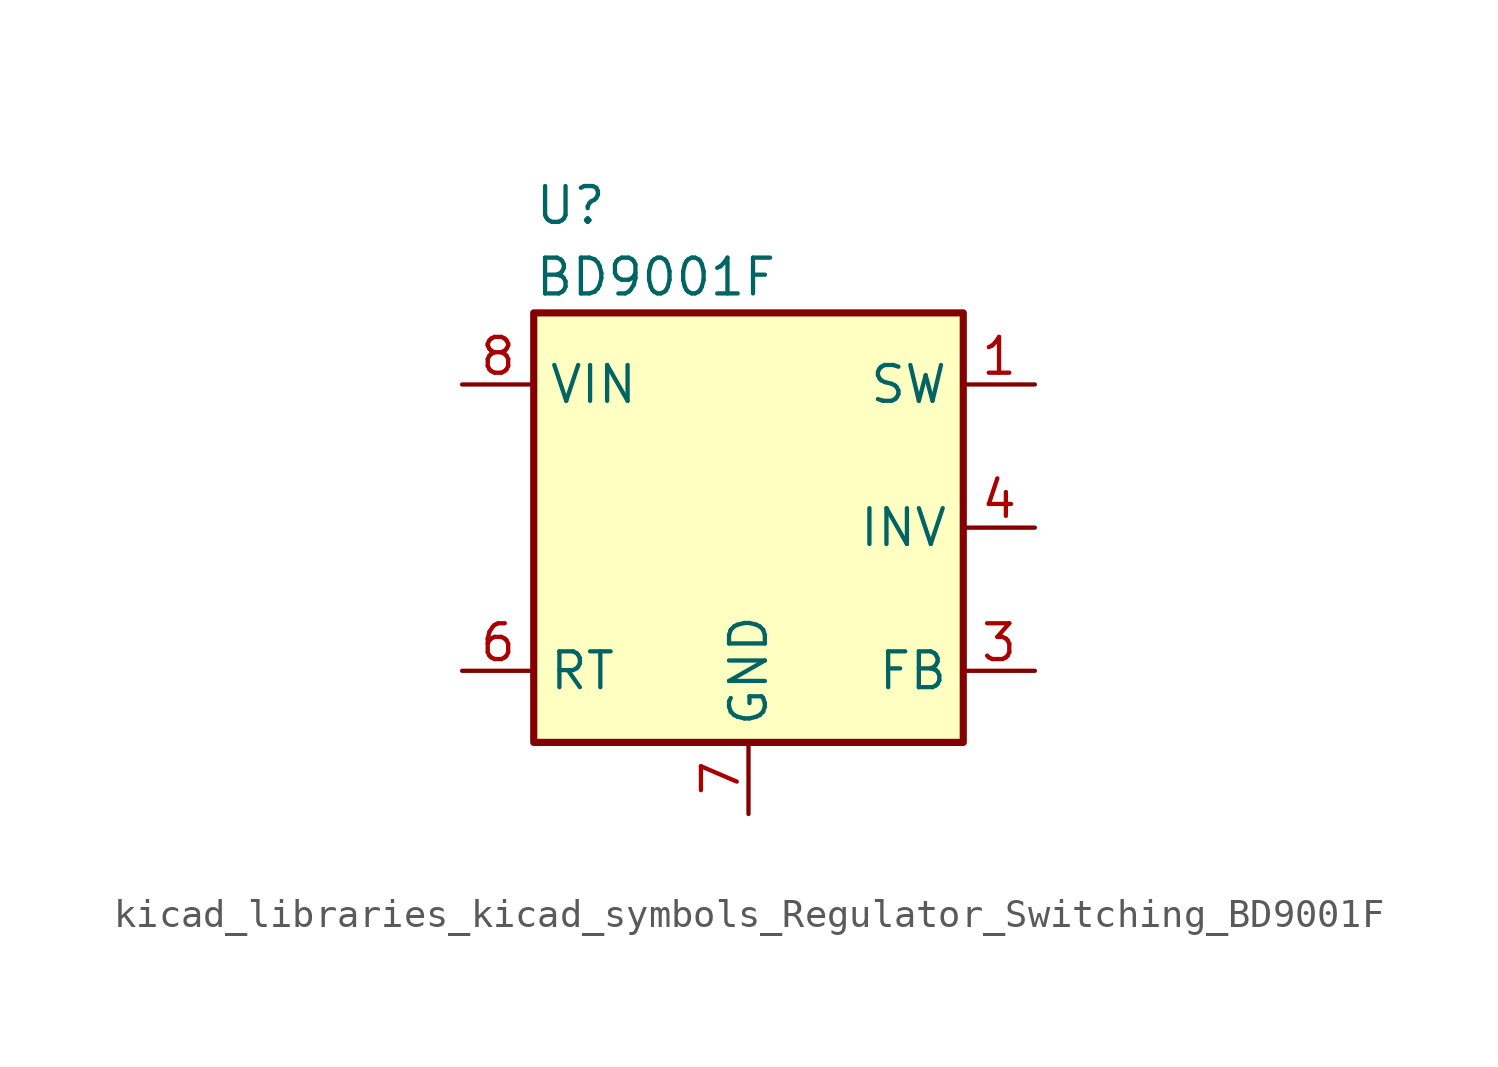
<source format=kicad_sym>
(kicad_symbol_lib
  (version 20220914)
  (generator kicad_symbol_editor)
  (symbol "kicad_libraries_kicad_symbols_Regulator_Switching_BD9001F"
    (property "Reference" "U"
      (at -7.62 11.43 0)
      (effects (font (size 1.27 1.27)) (justify left)))
    (property "Value" "BD9001F"
      (at -7.62 8.89 0)
      (effects (font (size 1.27 1.27)) (justify left)))
    (symbol "kicad_libraries_kicad_symbols_Regulator_Switching_BD9001F_0_1"
      (rectangle (start -7.62 7.62) (end 7.62 -7.62) (stroke (width 0.254) (type default)) (fill (type background))))
    (symbol "kicad_libraries_kicad_symbols_Regulator_Switching_BD9001F_1_1"
      (pin output line (at 10.16 5.08 180) (length 2.54) (name "SW" (effects (font (size 1.27 1.27)))) (number "1" (effects (font (size 1.27 1.27)))))
      (pin no_connect line (at -7.62 0 0) (length 2.54) hide (name "NC" (effects (font (size 1.27 1.27)))) (number "2" (effects (font (size 1.27 1.27)))))
      (pin passive line (at 10.16 -5.08 180) (length 2.54) (name "FB" (effects (font (size 1.27 1.27)))) (number "3" (effects (font (size 1.27 1.27)))))
      (pin input line (at 10.16 0 180) (length 2.54) (name "INV" (effects (font (size 1.27 1.27)))) (number "4" (effects (font (size 1.27 1.27)))))
      (pin passive line (at -10.16 -5.08 0) (length 2.54) (name "RT" (effects (font (size 1.27 1.27)))) (number "6" (effects (font (size 1.27 1.27)))))
      (pin power_in line (at 0 -10.16 90) (length 2.54) (name "GND" (effects (font (size 1.27 1.27)))) (number "7" (effects (font (size 1.27 1.27)))))
      (pin power_in line (at -10.16 5.08 0) (length 2.54) (name "VIN" (effects (font (size 1.27 1.27)))) (number "8" (effects (font (size 1.27 1.27))))))))
</source>
